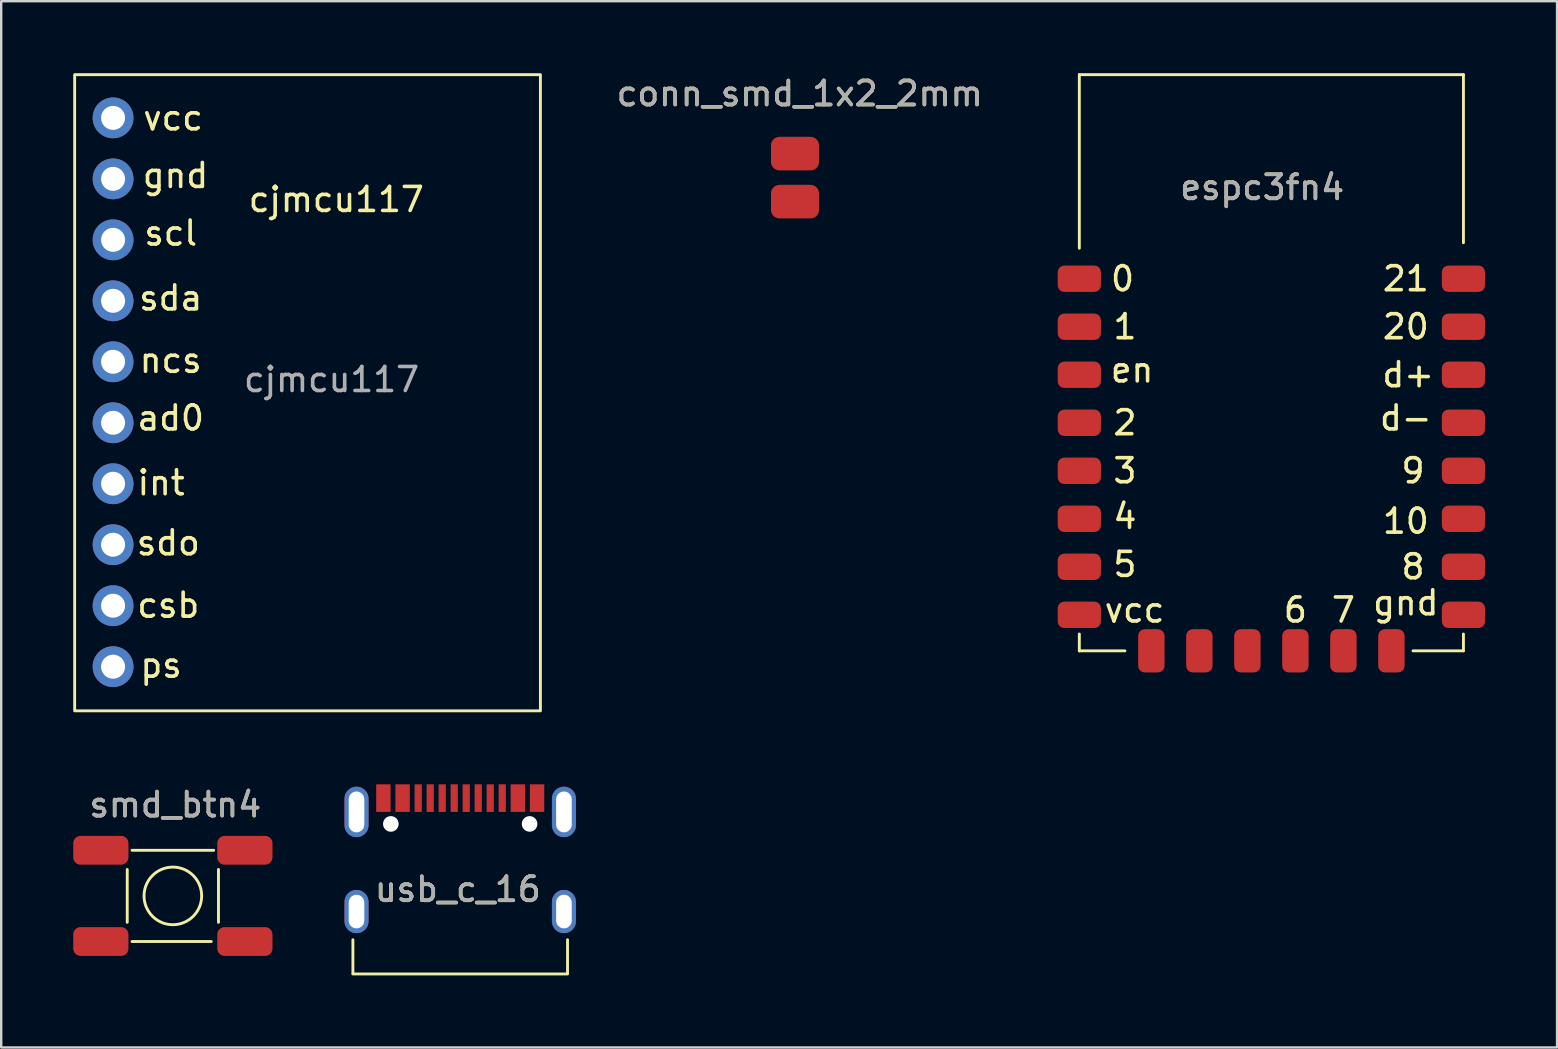
<source format=kicad_pcb>
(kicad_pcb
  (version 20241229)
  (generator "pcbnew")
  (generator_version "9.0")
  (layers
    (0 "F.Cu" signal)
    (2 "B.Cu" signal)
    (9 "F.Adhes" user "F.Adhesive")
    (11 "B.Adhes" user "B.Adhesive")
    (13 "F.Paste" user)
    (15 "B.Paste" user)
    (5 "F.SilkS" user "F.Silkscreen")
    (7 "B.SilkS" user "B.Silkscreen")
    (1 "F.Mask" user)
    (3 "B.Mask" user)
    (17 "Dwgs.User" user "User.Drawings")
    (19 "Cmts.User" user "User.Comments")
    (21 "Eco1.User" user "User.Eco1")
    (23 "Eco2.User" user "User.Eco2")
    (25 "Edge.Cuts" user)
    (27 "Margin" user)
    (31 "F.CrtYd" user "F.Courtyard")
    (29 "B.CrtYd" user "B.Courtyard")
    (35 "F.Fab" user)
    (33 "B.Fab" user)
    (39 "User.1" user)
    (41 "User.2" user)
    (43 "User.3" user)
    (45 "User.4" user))
  (footprint "cjmcu117"
    (layer "F.Cu")
    (at 1.66 1.86)
    (property "Reference" "cjmcu117" (at 9.3 3.4 0) (unlocked yes) (layer "F.SilkS") (effects (font (size 1 1) (thickness 0.15))))
    (attr through_hole)
    (fp_rect (start -1.6 -1.8) (end 17.8 24.7) (stroke (width 0.12) (type solid)) (fill no) (layer "F.SilkS"))
    (fp_text user "scl" (at 2.4 4.8 0) (unlocked yes) (layer "F.SilkS") (effects (font (size 1 1) (thickness 0.15))))
    (fp_text user "ncs" (at 2.4 10.1 0) (unlocked yes) (layer "F.SilkS") (effects (font (size 1 1) (thickness 0.15))))
    (fp_text user "ps" (at 2 22.8 0) (unlocked yes) (layer "F.SilkS") (effects (font (size 1 1) (thickness 0.15))))
    (fp_text user "ad0" (at 2.4 12.5 0) (unlocked yes) (layer "F.SilkS") (effects (font (size 1 1) (thickness 0.15))))
    (fp_text user "sda" (at 2.4 7.5 0) (unlocked yes) (layer "F.SilkS") (effects (font (size 1 1) (thickness 0.15))))
    (fp_text user "csb" (at 2.3 20.3 0) (unlocked yes) (layer "F.SilkS") (effects (font (size 1 1) (thickness 0.15))))
    (fp_text user "vcc" (at 2.5 0 0) (unlocked yes) (layer "F.SilkS") (effects (font (size 1 1) (thickness 0.15))))
    (fp_text user "gnd" (at 2.6 2.4 0) (unlocked yes) (layer "F.SilkS") (effects (font (size 1 1) (thickness 0.15))))
    (fp_text user "int" (at 2 15.2 0) (unlocked yes) (layer "F.SilkS") (effects (font (size 1 1) (thickness 0.15))))
    (fp_text user "sdo" (at 2.3 17.7 0) (unlocked yes) (layer "F.SilkS") (effects (font (size 1 1) (thickness 0.15))))
    (fp_text user "${REFERENCE}" (at 9.1 10.9 0) (unlocked yes) (layer "F.Fab") (effects (font (size 1 1) (thickness 0.15))))
    (pad "1" thru_hole circle (at 0 0 180) (size 1.7 1.7) (drill 1) (layers "*.Cu" "*.Mask"))
    (pad "2" thru_hole circle (at 0 2.54 180) (size 1.7 1.7) (drill 1) (layers "*.Cu" "*.Mask"))
    (pad "3" thru_hole circle (at 0 5.08 180) (size 1.7 1.7) (drill 1) (layers "*.Cu" "*.Mask"))
    (pad "4" thru_hole circle (at 0 7.62 180) (size 1.7 1.7) (drill 1) (layers "*.Cu" "*.Mask"))
    (pad "5" thru_hole circle (at 0 10.16 180) (size 1.7 1.7) (drill 1) (layers "*.Cu" "*.Mask"))
    (pad "6" thru_hole circle (at 0 12.7 180) (size 1.7 1.7) (drill 1) (layers "*.Cu" "*.Mask"))
    (pad "7" thru_hole circle (at 0 15.24 180) (size 1.7 1.7) (drill 1) (layers "*.Cu" "*.Mask"))
    (pad "8" thru_hole circle (at 0 17.78 180) (size 1.7 1.7) (drill 1) (layers "*.Cu" "*.Mask"))
    (pad "9" thru_hole circle (at 0 20.32 180) (size 1.7 1.7) (drill 1) (layers "*.Cu" "*.Mask"))
    (pad "10" thru_hole circle (at 0 22.86 180) (size 1.7 1.7) (drill 1) (layers "*.Cu" "*.Mask")))
  (footprint "smd_btn4"
    (layer "F.Cu")
    (at 4.15 34.268)
    (property "Reference" "smd_btn4" (at 0.1 -3.8 0) (unlocked yes) (layer "F.SilkS") (effects (font (size 1 1) (thickness 0.15))))
    (attr smd)
    (fp_line (start -1.9 -1.1) (end -1.9 1.1) (stroke (width 0.12) (type solid)) (layer "F.SilkS"))
    (fp_line (start -1.7 -1.9) (end 1.7 -1.9) (stroke (width 0.12) (type solid)) (layer "F.SilkS"))
    (fp_line (start -1.7 1.9) (end 1.6 1.9) (stroke (width 0.12) (type solid)) (layer "F.SilkS"))
    (fp_line (start 1.9 1.1) (end 1.9 -1.1) (stroke (width 0.12) (type solid)) (layer "F.SilkS"))
    (fp_circle (center 0 0) (end 1.2 0) (stroke (width 0.12) (type solid)) (fill no) (layer "F.SilkS"))
    (fp_text user "${REFERENCE}" (at 0.1 -3.8 0) (unlocked yes) (layer "F.Fab") (effects (font (size 1 1) (thickness 0.15))))
    (pad "1" smd roundrect (at -3 -1.9 180) (size 2.3 1.2) (layers "F.Cu" "F.Mask" "F.Paste") (roundrect_rratio 0.25))
    (pad "2" smd roundrect (at 3 -1.9 180) (size 2.3 1.2) (layers "F.Cu" "F.Mask" "F.Paste") (roundrect_rratio 0.25))
    (pad "3" smd roundrect (at -3 1.9 180) (size 2.3 1.2) (layers "F.Cu" "F.Mask" "F.Paste") (roundrect_rratio 0.25))
    (pad "4" smd roundrect (at 3 1.9 180) (size 2.3 1.2) (layers "F.Cu" "F.Mask" "F.Paste") (roundrect_rratio 0.25)))
  (footprint "usb_c_16"
    (layer "F.Cu")
    (at 12.92 30.195)
    (property "Reference" "usb_c_16" (at 3.1 3.8 0) (unlocked yes) (layer "F.SilkS") (effects (font (size 1 1) (thickness 0.15))))
    (attr smd)
    (fp_line (start -1.27 7.3) (end -1.27 5.9) (stroke (width 0.12) (type solid)) (layer "F.SilkS"))
    (fp_line (start -1.27 7.325) (end 7.67 7.325) (stroke (width 0.12) (type solid)) (layer "F.SilkS"))
    (fp_line (start 7.67 7.3) (end 7.67 5.9) (stroke (width 0.12) (type solid)) (layer "F.SilkS"))
    (fp_text user "${REFERENCE}" (at 3.1 3.8 0) (unlocked yes) (layer "F.Fab") (effects (font (size 1 1) (thickness 0.15))))
    (pad "" np_thru_hole circle (at 0.31 1.075) (size 0.65 0.65) (drill 0.65) (layers "*.Cu" "*.Mask"))
    (pad "" np_thru_hole circle (at 6.09 1.075) (size 0.65 0.65) (drill 0.65) (layers "*.Cu" "*.Mask"))
    (pad "1" smd rect (at 0 0) (size 0.6 1.15) (layers "F.Cu" "F.Mask" "F.Paste"))
    (pad "2" smd rect (at 0.8 0) (size 0.6 1.15) (layers "F.Cu" "F.Mask" "F.Paste"))
    (pad "3" smd rect (at 1.45 0) (size 0.3 1.15) (layers "F.Cu" "F.Mask" "F.Paste"))
    (pad "4" smd rect (at 1.95 0) (size 0.3 1.15) (layers "F.Cu" "F.Mask" "F.Paste"))
    (pad "5" smd rect (at 2.45 0) (size 0.3 1.15) (layers "F.Cu" "F.Mask" "F.Paste"))
    (pad "6" smd rect (at 2.95 0) (size 0.3 1.15) (layers "F.Cu" "F.Mask" "F.Paste"))
    (pad "7" smd rect (at 3.45 0) (size 0.3 1.15) (layers "F.Cu" "F.Mask" "F.Paste"))
    (pad "8" smd rect (at 3.95 0) (size 0.3 1.15) (layers "F.Cu" "F.Mask" "F.Paste"))
    (pad "9" smd rect (at 4.45 0) (size 0.3 1.15) (layers "F.Cu" "F.Mask" "F.Paste"))
    (pad "10" smd rect (at 4.95 0) (size 0.3 1.15) (layers "F.Cu" "F.Mask" "F.Paste"))
    (pad "11" smd rect (at 5.6 0) (size 0.6 1.15) (layers "F.Cu" "F.Mask" "F.Paste"))
    (pad "12" smd rect (at 6.4 0) (size 0.6 1.15) (layers "F.Cu" "F.Mask" "F.Paste"))
    (pad "13" thru_hole oval (at -1.12 0.575) (size 1 2.1) (drill oval 0.65 1.7) (layers "*.Cu" "*.Mask"))
    (pad "14" thru_hole oval (at 7.52 0.575) (size 1 2.1) (drill oval 0.65 1.7) (layers "*.Cu" "*.Mask"))
    (pad "15" thru_hole oval (at -1.12 4.725) (size 1 1.8) (drill oval 0.65 1.4) (layers "*.Cu" "*.Mask"))
    (pad "16" thru_hole oval (at 7.52 4.725) (size 1 1.8) (drill oval 0.65 1.4) (layers "*.Cu" "*.Mask")))
  (footprint "espc3fn4"
    (layer "F.Cu")
    (at 41.908 8.56)
    (property "Reference" "espc3fn4" (at 7.62 -3.81 0) (unlocked yes) (layer "F.SilkS") (effects (font (size 1 1) (thickness 0.15))))
    (attr smd)
    (fp_line (start 0 -8.5) (end 16 -8.5) (stroke (width 0.12) (type solid)) (layer "F.SilkS"))
    (fp_line (start 0 -1.27) (end 0 -8.5) (stroke (width 0.12) (type solid)) (layer "F.SilkS"))
    (fp_line (start 0 14.8) (end 0 15.5) (stroke (width 0.12) (type solid)) (layer "F.SilkS"))
    (fp_line (start 0 15.5) (end 1.9 15.5) (stroke (width 0.12) (type solid)) (layer "F.SilkS"))
    (fp_line (start 13.9 15.5) (end 16 15.5) (stroke (width 0.12) (type solid)) (layer "F.SilkS"))
    (fp_line (start 16 -1.5) (end 16 -8.5) (stroke (width 0.12) (type solid)) (layer "F.SilkS"))
    (fp_line (start 16 15.5) (end 16 14.8) (stroke (width 0.12) (type solid)) (layer "F.SilkS"))
    (fp_text user "2" (at 1.9 6 0) (unlocked yes) (layer "F.SilkS") (effects (font (size 1 1) (thickness 0.15))))
    (fp_text user "4" (at 1.9 9.9 0) (unlocked yes) (layer "F.SilkS") (effects (font (size 1 1) (thickness 0.15))))
    (fp_text user "20" (at 13.6 2 0) (unlocked yes) (layer "F.SilkS") (effects (font (size 1 1) (thickness 0.15))))
    (fp_text user "0" (at 1.8 0 0) (unlocked yes) (layer "F.SilkS") (effects (font (size 1 1) (thickness 0.15))))
    (fp_text user "vcc" (at 2.3 13.8 0) (unlocked yes) (layer "F.SilkS") (effects (font (size 1 1) (thickness 0.15))))
    (fp_text user "6" (at 9 13.8 0) (unlocked yes) (layer "F.SilkS") (effects (font (size 1 1) (thickness 0.15))))
    (fp_text user "gnd" (at 13.6 13.5 0) (unlocked yes) (layer "F.SilkS") (effects (font (size 1 1) (thickness 0.15))))
    (fp_text user "7" (at 11 13.8 0) (unlocked yes) (layer "F.SilkS") (effects (font (size 1 1) (thickness 0.15))))
    (fp_text user "en" (at 2.2 3.8 0) (unlocked yes) (layer "F.SilkS") (effects (font (size 1 1) (thickness 0.15))))
    (fp_text user "5" (at 1.9 11.9 0) (unlocked yes) (layer "F.SilkS") (effects (font (size 1 1) (thickness 0.15))))
    (fp_text user "9" (at 13.9 8 0) (unlocked yes) (layer "F.SilkS") (effects (font (size 1 1) (thickness 0.15))))
    (fp_text user "21" (at 13.6 0 0) (unlocked yes) (layer "F.SilkS") (effects (font (size 1 1) (thickness 0.15))))
    (fp_text user "1" (at 1.9 2 0) (unlocked yes) (layer "F.SilkS") (effects (font (size 1 1) (thickness 0.15))))
    (fp_text user "3" (at 1.9 8 0) (unlocked yes) (layer "F.SilkS") (effects (font (size 1 1) (thickness 0.15))))
    (fp_text user "d-" (at 13.6 5.8 0) (unlocked yes) (layer "F.SilkS") (effects (font (size 1 1) (thickness 0.15))))
    (fp_text user "d+" (at 13.7 4 0) (unlocked yes) (layer "F.SilkS") (effects (font (size 1 1) (thickness 0.15))))
    (fp_text user "8" (at 13.9 12 0) (unlocked yes) (layer "F.SilkS") (effects (font (size 1 1) (thickness 0.15))))
    (fp_text user "10" (at 13.6 10.1 0) (unlocked yes) (layer "F.SilkS") (effects (font (size 1 1) (thickness 0.15))))
    (fp_text user "${REFERENCE}" (at 7.62 -3.8 0) (unlocked yes) (layer "F.Fab") (effects (font (size 1 1) (thickness 0.15))))
    (pad "1" smd roundrect (at 0 0) (size 1.8 1.1) (layers "F.Cu" "F.Mask" "F.Paste") (roundrect_rratio 0.25))
    (pad "2" smd roundrect (at 0 2) (size 1.8 1.1) (layers "F.Cu" "F.Mask" "F.Paste") (roundrect_rratio 0.25))
    (pad "3" smd roundrect (at 0 4) (size 1.8 1.1) (layers "F.Cu" "F.Mask" "F.Paste") (roundrect_rratio 0.25))
    (pad "4" smd roundrect (at 0 6) (size 1.8 1.1) (layers "F.Cu" "F.Mask" "F.Paste") (roundrect_rratio 0.25))
    (pad "5" smd roundrect (at 0 8) (size 1.8 1.1) (layers "F.Cu" "F.Mask" "F.Paste") (roundrect_rratio 0.25))
    (pad "6" smd roundrect (at 0 10) (size 1.8 1.1) (layers "F.Cu" "F.Mask" "F.Paste") (roundrect_rratio 0.25))
    (pad "7" smd roundrect (at 0 12) (size 1.8 1.1) (layers "F.Cu" "F.Mask" "F.Paste") (roundrect_rratio 0.25))
    (pad "8" smd roundrect (at 0 14) (size 1.8 1.1) (layers "F.Cu" "F.Mask" "F.Paste") (roundrect_rratio 0.25))
    (pad "9" smd roundrect (at 3 15.5 90) (size 1.8 1.1) (layers "F.Cu" "F.Mask" "F.Paste") (roundrect_rratio 0.25))
    (pad "10" smd roundrect (at 5 15.5 90) (size 1.8 1.1) (layers "F.Cu" "F.Mask" "F.Paste") (roundrect_rratio 0.25))
    (pad "11" smd roundrect (at 7 15.5 90) (size 1.8 1.1) (layers "F.Cu" "F.Mask" "F.Paste") (roundrect_rratio 0.25))
    (pad "12" smd roundrect (at 9 15.5 90) (size 1.8 1.1) (layers "F.Cu" "F.Mask" "F.Paste") (roundrect_rratio 0.25))
    (pad "13" smd roundrect (at 11 15.5 90) (size 1.8 1.1) (layers "F.Cu" "F.Mask" "F.Paste") (roundrect_rratio 0.25))
    (pad "14" smd roundrect (at 13 15.5 90) (size 1.8 1.1) (layers "F.Cu" "F.Mask" "F.Paste") (roundrect_rratio 0.25))
    (pad "15" smd roundrect (at 16 14) (size 1.8 1.1) (layers "F.Cu" "F.Mask" "F.Paste") (roundrect_rratio 0.25))
    (pad "16" smd roundrect (at 16 12) (size 1.8 1.1) (layers "F.Cu" "F.Mask" "F.Paste") (roundrect_rratio 0.25))
    (pad "17" smd roundrect (at 16 10) (size 1.8 1.1) (layers "F.Cu" "F.Mask" "F.Paste") (roundrect_rratio 0.25))
    (pad "18" smd roundrect (at 16 8) (size 1.8 1.1) (layers "F.Cu" "F.Mask" "F.Paste") (roundrect_rratio 0.25))
    (pad "19" smd roundrect (at 16 6) (size 1.8 1.1) (layers "F.Cu" "F.Mask" "F.Paste") (roundrect_rratio 0.25))
    (pad "20" smd roundrect (at 16 4) (size 1.8 1.1) (layers "F.Cu" "F.Mask" "F.Paste") (roundrect_rratio 0.25))
    (pad "21" smd roundrect (at 16 2) (size 1.8 1.1) (layers "F.Cu" "F.Mask" "F.Paste") (roundrect_rratio 0.25))
    (pad "22" smd roundrect (at 16 0) (size 1.8 1.1) (layers "F.Cu" "F.Mask" "F.Paste") (roundrect_rratio 0.25)))
  (footprint "conn_smd_1x2_2mm"
    (layer "F.Cu")
    (at 30.064 3.348)
    (property "Reference" "conn_smd_1x2_2mm" (at 0.2 -2.5 0) (unlocked yes) (layer "F.SilkS") (effects (font (size 1 1) (thickness 0.15))))
    (attr smd)
    (fp_text user "${REFERENCE}" (at 0.2 -2.5 0) (unlocked yes) (layer "F.Fab") (effects (font (size 1 1) (thickness 0.15))))
    (pad "1" smd roundrect (at 0 0) (size 2 1.4) (layers "F.Cu" "F.Mask" "F.Paste") (roundrect_rratio 0.25))
    (pad "2" smd roundrect (at 0 2) (size 2 1.4) (layers "F.Cu" "F.Mask" "F.Paste") (roundrect_rratio 0.25)))
  (gr_rect
    (start -3 -3)
    (end 61.808 40.58)
    (stroke (width 0.1) (type default))
    (fill no)
    (layer "Edge.Cuts")))
</source>
